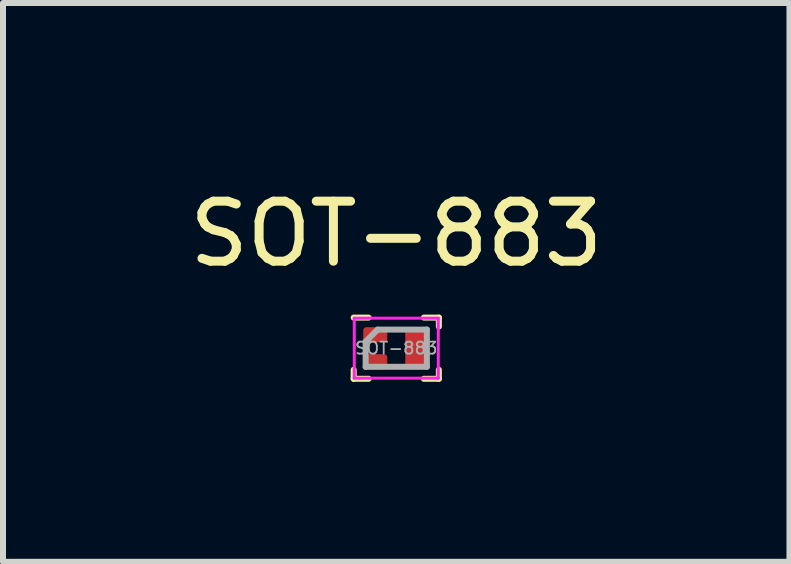
<source format=kicad_pcb>
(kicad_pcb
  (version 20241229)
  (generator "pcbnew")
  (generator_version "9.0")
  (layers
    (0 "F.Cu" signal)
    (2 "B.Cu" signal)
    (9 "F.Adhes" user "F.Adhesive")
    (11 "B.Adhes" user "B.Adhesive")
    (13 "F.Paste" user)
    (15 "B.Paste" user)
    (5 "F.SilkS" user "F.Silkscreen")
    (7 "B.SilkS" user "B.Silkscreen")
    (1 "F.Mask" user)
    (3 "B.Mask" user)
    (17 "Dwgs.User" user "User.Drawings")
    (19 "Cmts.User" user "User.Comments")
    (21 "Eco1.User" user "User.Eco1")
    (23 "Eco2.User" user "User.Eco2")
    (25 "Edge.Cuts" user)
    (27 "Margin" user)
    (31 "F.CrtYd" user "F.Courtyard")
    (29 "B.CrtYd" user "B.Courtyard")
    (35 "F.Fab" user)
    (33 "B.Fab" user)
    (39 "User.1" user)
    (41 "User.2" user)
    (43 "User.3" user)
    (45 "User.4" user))
  (footprint "SOT-883"
    (layer "F.Cu")
    (at 3.554 2.753)
    (property "Reference" "SOT-883" (at 0 -1.905 0) (layer "F.SilkS") (effects (font (size 1 1) (thickness 0.15))))
    (attr smd)
    (fp_line (start -0.71 -0.51) (end -0.46 -0.51) (stroke (width 0.1) (type solid)) (layer "F.SilkS"))
    (fp_line (start -0.71 0.51) (end -0.71 0.36) (stroke (width 0.1) (type solid)) (layer "F.SilkS"))
    (fp_line (start -0.71 0.51) (end -0.46 0.51) (stroke (width 0.1) (type solid)) (layer "F.SilkS"))
    (fp_line (start 0.46 -0.51) (end 0.71 -0.51) (stroke (width 0.1) (type solid)) (layer "F.SilkS"))
    (fp_line (start 0.46 0.51) (end 0.71 0.51) (stroke (width 0.1) (type solid)) (layer "F.SilkS"))
    (fp_line (start 0.71 -0.36) (end 0.71 -0.51) (stroke (width 0.1) (type solid)) (layer "F.SilkS"))
    (fp_line (start 0.71 0.51) (end 0.71 0.36) (stroke (width 0.1) (type solid)) (layer "F.SilkS"))
    (fp_line (start -0.7 -0.5) (end 0.7 -0.5) (stroke (width 0.05) (type solid)) (layer "F.CrtYd"))
    (fp_line (start -0.7 0.5) (end -0.7 -0.5) (stroke (width 0.05) (type solid)) (layer "F.CrtYd"))
    (fp_line (start 0.7 -0.5) (end 0.7 0.5) (stroke (width 0.05) (type solid)) (layer "F.CrtYd"))
    (fp_line (start 0.7 0.5) (end -0.7 0.5) (stroke (width 0.05) (type solid)) (layer "F.CrtYd"))
    (fp_line (start -0.51 0.31) (end -0.51 -0.11) (stroke (width 0.1) (type solid)) (layer "F.Fab"))
    (fp_line (start -0.31 -0.31) (end -0.51 -0.11) (stroke (width 0.1) (type solid)) (layer "F.Fab"))
    (fp_line (start -0.31 -0.31) (end 0.51 -0.31) (stroke (width 0.1) (type solid)) (layer "F.Fab"))
    (fp_line (start 0.51 -0.31) (end 0.51 0.31) (stroke (width 0.1) (type solid)) (layer "F.Fab"))
    (fp_line (start 0.51 0.31) (end -0.51 0.31) (stroke (width 0.1) (type solid)) (layer "F.Fab"))
    (fp_text user "${REFERENCE}" (at 0 0 0) (layer "F.Fab") (effects (font (size 0.2 0.2) (thickness 0.03))))
    (pad "" smd roundrect (at -0.35 -0.225) (size 0.3 0.25) (layers "F.Paste") (roundrect_rratio 0.2))
    (pad "" smd roundrect (at -0.35 0.225) (size 0.3 0.25) (layers "F.Paste") (roundrect_rratio 0.2))
    (pad "" smd roundrect (at 0.35 0) (size 0.3 0.6) (layers "F.Paste") (roundrect_rratio 0.125))
    (pad "1" smd roundrect (at -0.35 -0.225) (size 0.4 0.25) (layers "F.Cu" "F.Mask") (roundrect_rratio 0.2))
    (pad "2" smd roundrect (at -0.35 0.225) (size 0.4 0.25) (layers "F.Cu" "F.Mask") (roundrect_rratio 0.2))
    (pad "3" smd roundrect (at 0.35 0) (size 0.4 0.7) (layers "F.Cu" "F.Mask") (roundrect_rratio 0.125)))
  (gr_rect
    (start -3 -3)
    (end 10.107 6.313)
    (stroke (width 0.1) (type default))
    (fill no)
    (layer "Edge.Cuts")))
</source>
